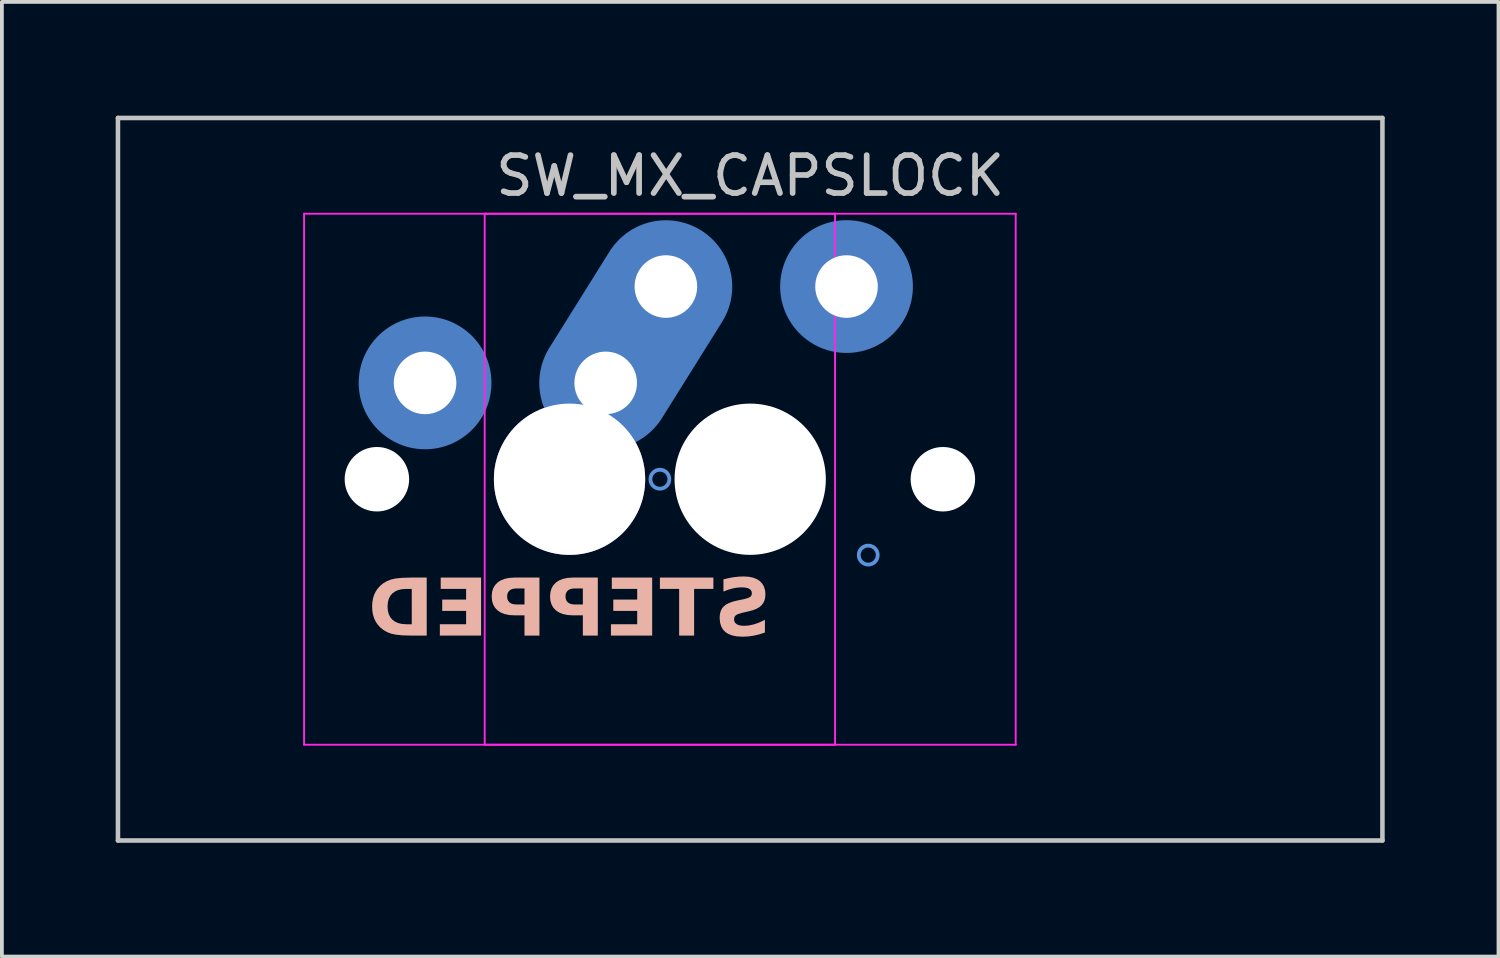
<source format=kicad_pcb>
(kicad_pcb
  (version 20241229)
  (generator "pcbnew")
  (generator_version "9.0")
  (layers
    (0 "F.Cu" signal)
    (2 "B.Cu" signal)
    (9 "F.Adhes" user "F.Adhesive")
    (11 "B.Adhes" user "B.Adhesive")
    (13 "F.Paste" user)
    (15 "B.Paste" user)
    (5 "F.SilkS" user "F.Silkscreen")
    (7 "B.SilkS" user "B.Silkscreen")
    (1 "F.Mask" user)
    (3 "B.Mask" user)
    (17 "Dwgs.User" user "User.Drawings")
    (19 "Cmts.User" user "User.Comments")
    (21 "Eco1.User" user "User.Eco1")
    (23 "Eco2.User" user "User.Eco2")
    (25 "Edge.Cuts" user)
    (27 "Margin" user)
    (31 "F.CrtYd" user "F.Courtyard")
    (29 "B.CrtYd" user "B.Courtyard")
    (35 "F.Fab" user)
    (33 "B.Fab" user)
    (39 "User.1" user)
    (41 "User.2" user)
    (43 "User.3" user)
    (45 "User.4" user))
  (footprint "SW_MX_CAPSLOCK"
    (layer "F.Cu")
    (at 16.729 9.585)
    (property "Reference" "SW_MX_CAPSLOCK" (at 0 -8 0) (layer "Dwgs.User") (effects (font (size 1 1) (thickness 0.15))))
    (attr through_hole exclude_from_pos_files exclude_from_bom)
    (fp_line (start -16.669 -9.525) (end -16.669 9.525) (stroke (width 0.12) (type solid)) (layer "Dwgs.User"))
    (fp_line (start -16.669 9.525) (end 16.669 9.525) (stroke (width 0.12) (type solid)) (layer "Dwgs.User"))
    (fp_line (start 16.669 -9.525) (end -16.669 -9.525) (stroke (width 0.12) (type solid)) (layer "Dwgs.User"))
    (fp_line (start 16.669 9.525) (end 16.669 -9.525) (stroke (width 0.12) (type solid)) (layer "Dwgs.User"))
    (fp_circle (center -2.381 0) (end -2.381 -0.25) (stroke (width 0.1) (type default)) (fill no) (layer "Cmts.User"))
    (fp_circle (center 3.112 2) (end 3.112 1.75) (stroke (width 0.1) (type default)) (fill no) (layer "Cmts.User"))
    (fp_line (start -11.762 6.5) (end -11.762 -6.5) (stroke (width 0.05) (type solid)) (layer "Eco2.User"))
    (fp_line (start -11.262 -7) (end 1.738 -7) (stroke (width 0.05) (type solid)) (layer "Eco2.User"))
    (fp_line (start -7 6.5) (end -7 -6.5) (stroke (width 0.05) (type solid)) (layer "Eco2.User"))
    (fp_line (start -6.5 -7) (end 6.5 -7) (stroke (width 0.05) (type solid)) (layer "Eco2.User"))
    (fp_line (start 1.738 7) (end -11.262 7) (stroke (width 0.05) (type solid)) (layer "Eco2.User"))
    (fp_line (start 2.237 -6.5) (end 2.237 6.5) (stroke (width 0.05) (type solid)) (layer "Eco2.User"))
    (fp_line (start 6.5 7) (end -6.5 7) (stroke (width 0.05) (type solid)) (layer "Eco2.User"))
    (fp_line (start 7 -6.5) (end 7 6.5) (stroke (width 0.05) (type solid)) (layer "Eco2.User"))
    (fp_arc (start -11.7625 -6.5) (mid -11.616053 -6.853553) (end -11.2625 -7) (stroke (width 0.05) (type solid)) (layer "Eco2.User"))
    (fp_arc (start -11.2625 7) (mid -11.616053 6.853553) (end -11.7625 6.5) (stroke (width 0.05) (type solid)) (layer "Eco2.User"))
    (fp_arc (start -7 -6.5) (mid -6.853553 -6.853553) (end -6.5 -7) (stroke (width 0.05) (type solid)) (layer "Eco2.User"))
    (fp_arc (start -6.5 7) (mid -6.853553 6.853553) (end -7 6.5) (stroke (width 0.05) (type solid)) (layer "Eco2.User"))
    (fp_arc (start 1.7375 -7) (mid 2.091053 -6.853553) (end 2.2375 -6.5) (stroke (width 0.05) (type solid)) (layer "Eco2.User"))
    (fp_arc (start 6.5 -7) (mid 6.853553 -6.853553) (end 7 -6.5) (stroke (width 0.05) (type solid)) (layer "Eco2.User"))
    (fp_arc (start 6.997236 6.498884) (mid 6.850789 6.852437) (end 6.497236 6.998884) (stroke (width 0.05) (type solid)) (layer "Eco2.User"))
    (fp_line (start -11.762 -7) (end -11.762 7) (stroke (width 0.05) (type solid)) (layer "F.CrtYd"))
    (fp_line (start -11.762 7) (end 2.237 7) (stroke (width 0.05) (type solid)) (layer "F.CrtYd"))
    (fp_line (start -7 -7) (end -7 7) (stroke (width 0.05) (type solid)) (layer "F.CrtYd"))
    (fp_line (start -7 7) (end 7 7) (stroke (width 0.05) (type solid)) (layer "F.CrtYd"))
    (fp_line (start 2.237 -7) (end -11.762 -7) (stroke (width 0.05) (type solid)) (layer "F.CrtYd"))
    (fp_line (start 2.237 7) (end 2.237 -7) (stroke (width 0.05) (type solid)) (layer "F.CrtYd"))
    (fp_line (start 7 -7) (end -7 -7) (stroke (width 0.05) (type solid)) (layer "F.CrtYd"))
    (fp_line (start 7 7) (end 7 -7) (stroke (width 0.05) (type solid)) (layer "F.CrtYd"))
    (fp_text user "STEPPED" (at -4.763 3.5 0) (unlocked yes) (layer "B.SilkS") (effects (font (face "Nicolas Cochin EF") (size 1.5 1.5) (thickness 0.24) (bold yes)) (justify mirror)))
    (pad "" np_thru_hole circle (at -9.842 0) (size 1.7 1.7) (drill 1.7) (layers "*.Cu" "*.Mask"))
    (pad "" np_thru_hole circle (at -5.08 0) (size 1.75 1.75) (drill 1.75) (layers "*.Cu" "*.Mask"))
    (pad "" thru_hole circle (at -4.763 0) (size 3.988 3.988) (drill 3.988) (layers "*.Mask"))
    (pad "" np_thru_hole circle (at 0 0) (size 3.988 3.988) (drill 3.988) (layers "*.Cu" "*.Mask"))
    (pad "" np_thru_hole circle (at 0.318 0) (size 1.75 1.75) (drill 1.75) (layers "*.Cu" "*.Mask"))
    (pad "" np_thru_hole circle (at 5.08 0) (size 1.7 1.7) (drill 1.7) (layers "*.Cu" "*.Mask"))
    (pad "1" thru_hole circle (at -8.572 -2.54) (size 2 2) (drill 1.65) (layers "*.Cu") (remove_unused_layers yes) (keep_end_layers yes) (zone_layer_connections))
    (pad "1" smd circle (at -8.572 -2.54) (size 2.5 2.5) (layers "B.Cu" "B.Mask"))
    (pad "1" smd circle (at -8.572 -2.54) (size 3.5 3.5) (layers "B.Cu"))
    (pad "1" thru_hole circle (at 2.54 -5.08) (size 2 2) (drill 1.65) (layers "*.Cu") (remove_unused_layers yes) (keep_end_layers yes) (zone_layer_connections))
    (pad "1" smd circle (at 2.54 -5.08 180) (size 2.5 2.5) (layers "B.Cu" "B.Mask"))
    (pad "1" smd circle (at 2.54 -5.08) (size 3.5 3.5) (layers "B.Cu"))
    (pad "2" thru_hole circle (at -3.81 -2.54) (size 2 2) (drill 1.65) (layers "*.Cu") (remove_unused_layers yes) (keep_end_layers yes) (zone_layer_connections))
    (pad "2" smd circle (at -3.81 -2.54 180) (size 2.5 2.5) (layers "B.Cu" "B.Mask"))
    (pad "2" smd oval (at -3.017 -3.808 328) (size 2 4.995) (layers "F.Cu"))
    (pad "2" smd oval (at -3.017 -3.808 328) (size 3.5 6.495) (layers "B.Cu"))
    (pad "2" thru_hole circle (at -2.223 -5.08) (size 2 2) (drill 1.65) (layers "*.Cu") (remove_unused_layers yes) (keep_end_layers yes) (zone_layer_connections))
    (pad "2" smd circle (at -2.223 -5.08) (size 2.5 2.5) (layers "B.Cu" "B.Mask")))
  (gr_rect
    (start -3 -3)
    (end 36.458 22.17)
    (stroke (width 0.1) (type default))
    (fill no)
    (layer "Edge.Cuts")))
</source>
